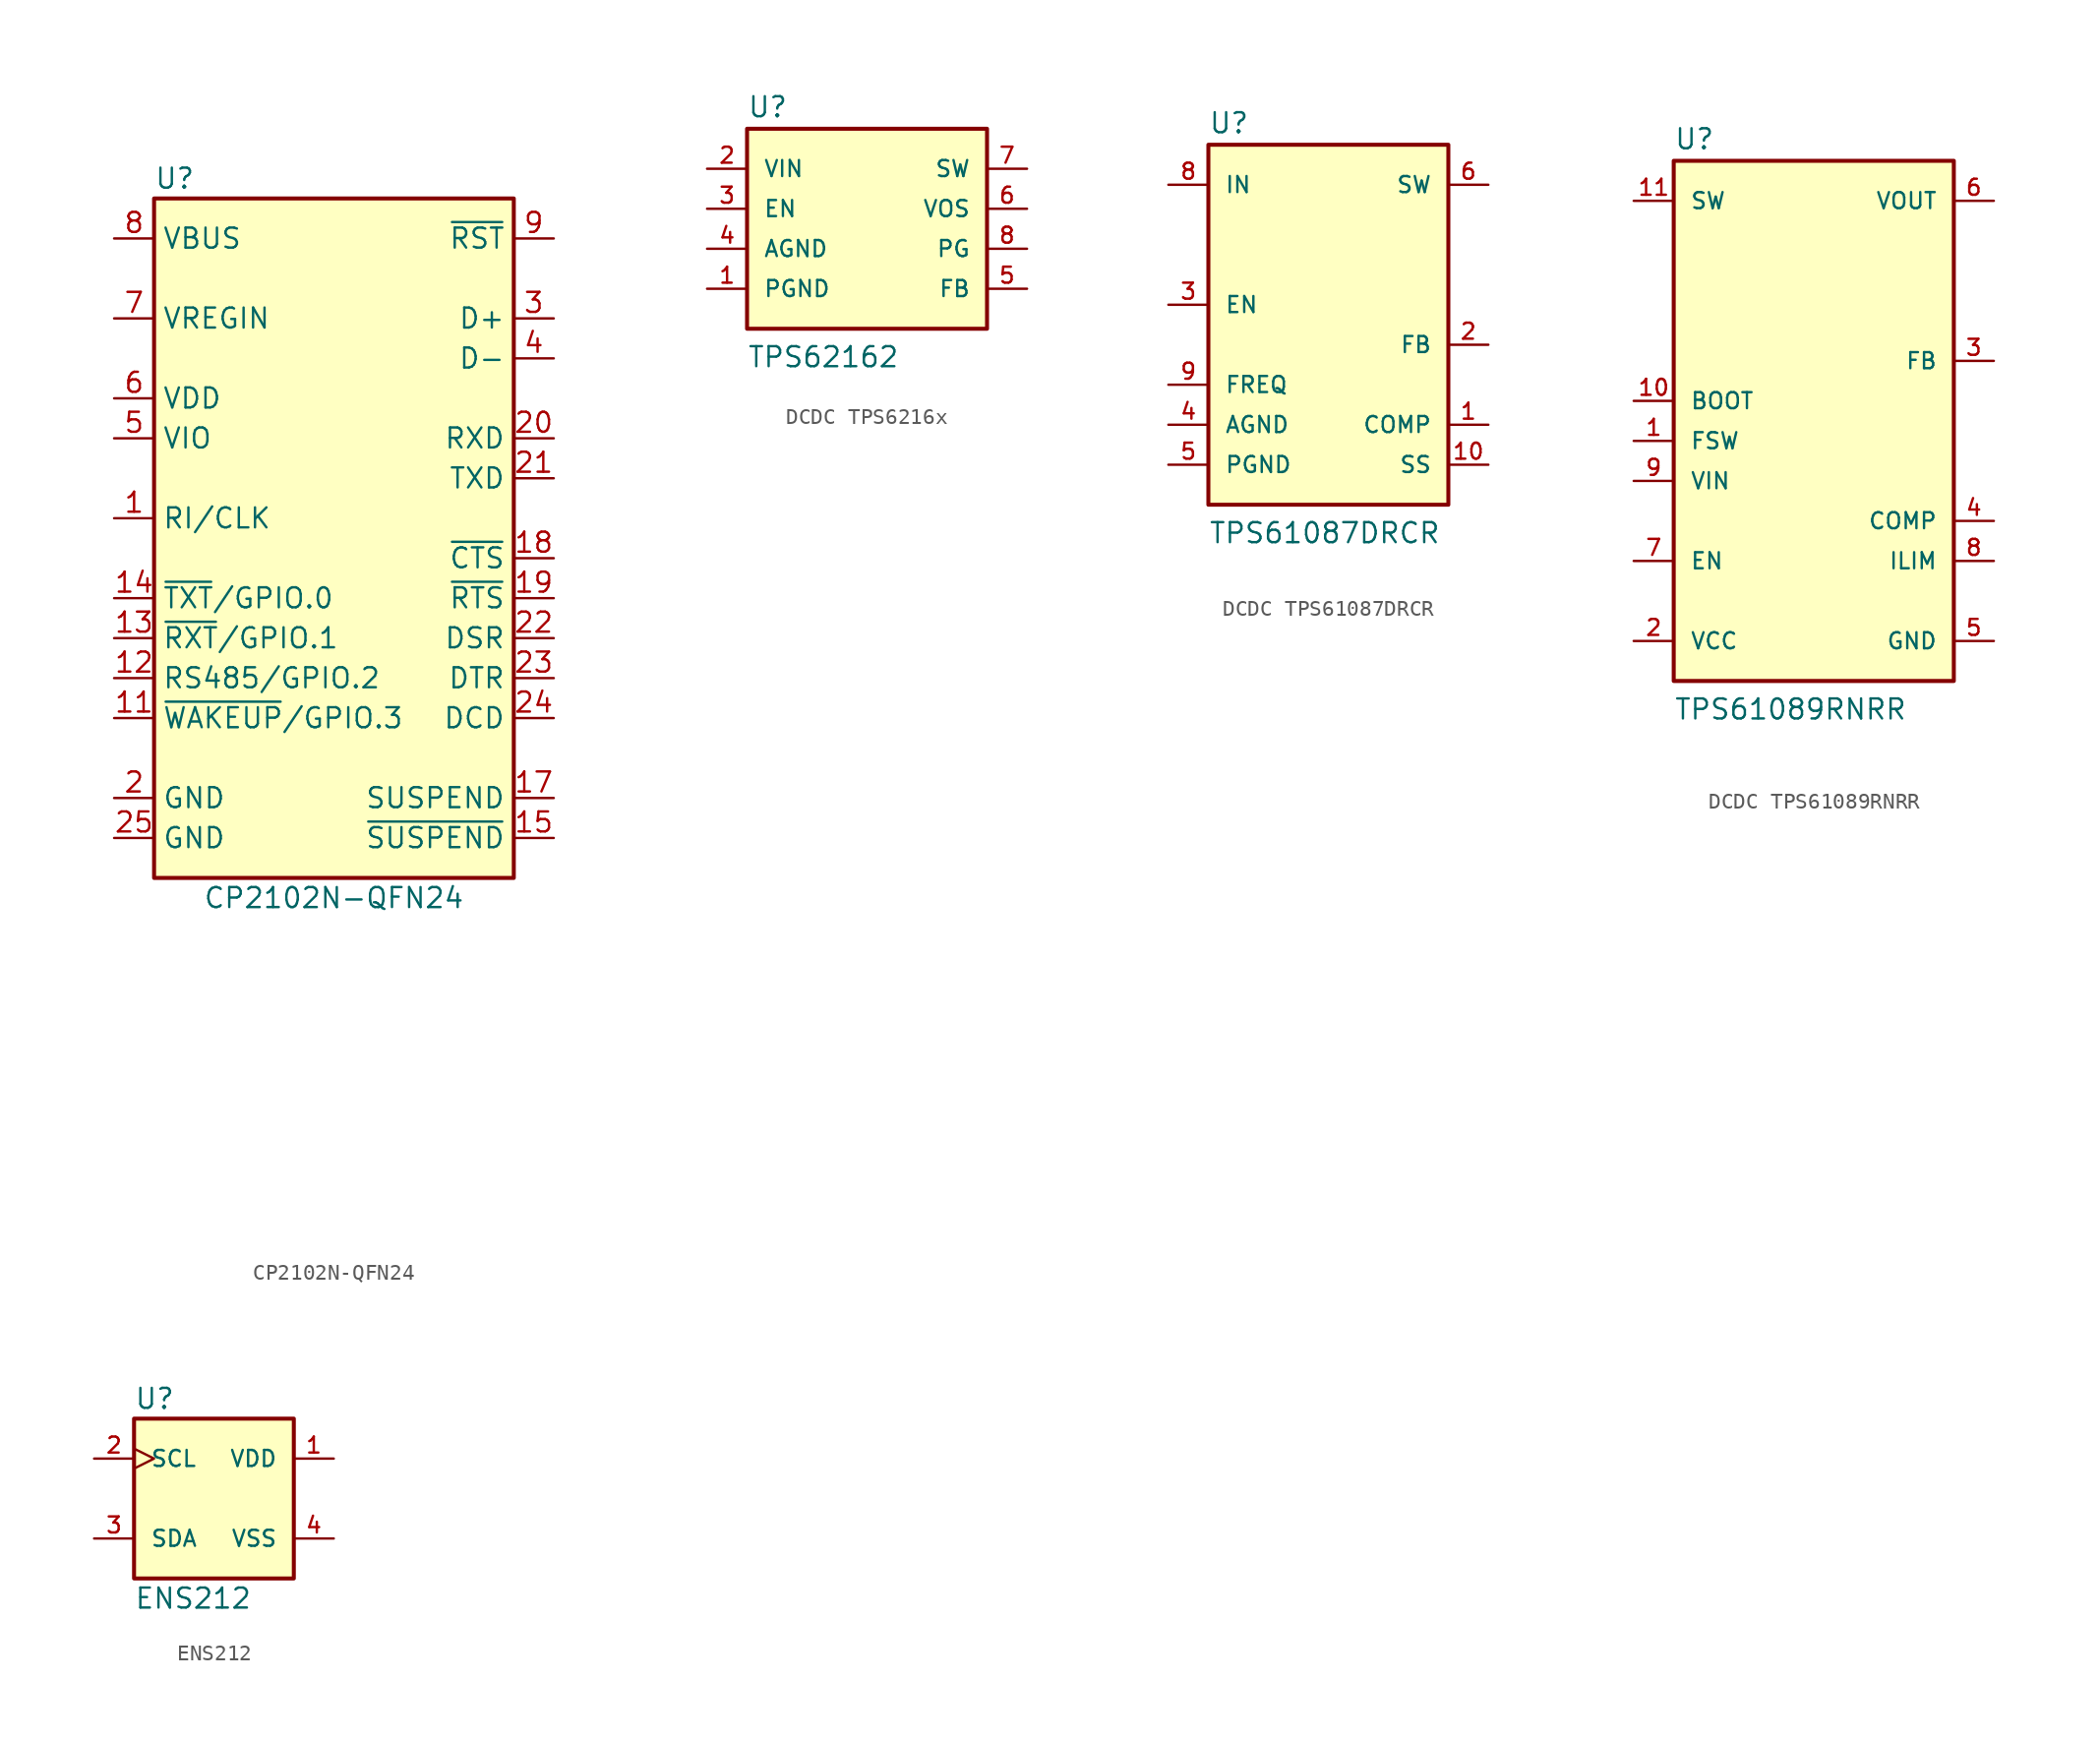
<source format=kicad_sym>
(kicad_symbol_lib
  (version 20241209)
  (generator "kicad_symbol_editor")
  (generator_version "9.0")
  (symbol "CP2102N-QFN24"
    (property "Reference" "U"
      (at -11.43 22.86 0)
      (effects (font (size 1.27 1.27)) (justify left)))
    (property "Value" "CP2102N-QFN24"
      (at 0 -22.86 0)
      (effects (font (size 1.27 1.27))))
    (symbol "CP2102N-QFN24_0_1"
      (rectangle (start -11.43 21.59) (end 11.43 -21.59) (stroke (width 0.254) (type default)) (fill (type background))))
    (symbol "CP2102N-QFN24_1_0"
      (pin power_in line (at -13.97 6.35 0) (length 2.54) (name "VIO" (effects (font (size 1.27 1.27)))) (number "5" (effects (font (size 1.27 1.27)))))
      (pin no_connect line (at 0 -39.37 0) (length 2.54) (hide yes) (name "NC" (effects (font (size 1.27 1.27)))) (number "16" (effects (font (size 1.27 1.27)))))
      (pin input line (at 13.97 -6.35 180) (length 2.54) (name "DSR" (effects (font (size 1.27 1.27)))) (number "22" (effects (font (size 1.27 1.27)))))
      (pin output line (at 13.97 -8.89 180) (length 2.54) (name "DTR" (effects (font (size 1.27 1.27)))) (number "23" (effects (font (size 1.27 1.27)))))
      (pin input line (at 13.97 -11.43 180) (length 2.54) (name "DCD" (effects (font (size 1.27 1.27)))) (number "24" (effects (font (size 1.27 1.27))))))
    (symbol "CP2102N-QFN24_1_1"
      (pin power_in line (at -13.97 19.05 0) (length 2.54) (name "VBUS" (effects (font (size 1.27 1.27)))) (number "8" (effects (font (size 1.27 1.27)))))
      (pin power_in line (at -13.97 13.97 0) (length 2.54) (name "VREGIN" (effects (font (size 1.27 1.27)))) (number "7" (effects (font (size 1.27 1.27)))))
      (pin power_in line (at -13.97 8.89 0) (length 2.54) (name "VDD" (effects (font (size 1.27 1.27)))) (number "6" (effects (font (size 1.27 1.27)))))
      (pin bidirectional line (at -13.97 1.27 0) (length 2.54) (name "RI/CLK" (effects (font (size 1.27 1.27)))) (number "1" (effects (font (size 1.27 1.27)))))
      (pin bidirectional line (at -13.97 -3.81 0) (length 2.54) (name "~{TXT}/GPIO.0" (effects (font (size 1.27 1.27)))) (number "14" (effects (font (size 1.27 1.27)))))
      (pin bidirectional line (at -13.97 -6.35 0) (length 2.54) (name "~{RXT}/GPIO.1" (effects (font (size 1.27 1.27)))) (number "13" (effects (font (size 1.27 1.27)))))
      (pin power_in line (at -13.97 -8.89 0) (length 2.54) (name "RS485/GPIO.2" (effects (font (size 1.27 1.27)))) (number "12" (effects (font (size 1.27 1.27)))))
      (pin input line (at -13.97 -11.43 0) (length 2.54) (name "~{WAKEUP}/GPIO.3" (effects (font (size 1.27 1.27)))) (number "11" (effects (font (size 1.27 1.27)))))
      (pin power_in line (at -13.97 -16.51 0) (length 2.54) (name "GND" (effects (font (size 1.27 1.27)))) (number "2" (effects (font (size 1.27 1.27)))))
      (pin power_in line (at -13.97 -19.05 0) (length 2.54) (name "GND" (effects (font (size 1.27 1.27)))) (number "25" (effects (font (size 1.27 1.27)))))
      (pin no_connect line (at 0 -36.83 0) (length 2.54) (hide yes) (name "NC" (effects (font (size 1.27 1.27)))) (number "10" (effects (font (size 1.27 1.27)))))
      (pin input line (at 13.97 19.05 180) (length 2.54) (name "~{RST}" (effects (font (size 1.27 1.27)))) (number "9" (effects (font (size 1.27 1.27)))))
      (pin bidirectional line (at 13.97 13.97 180) (length 2.54) (name "D+" (effects (font (size 1.27 1.27)))) (number "3" (effects (font (size 1.27 1.27)))))
      (pin bidirectional line (at 13.97 11.43 180) (length 2.54) (name "D-" (effects (font (size 1.27 1.27)))) (number "4" (effects (font (size 1.27 1.27)))))
      (pin input line (at 13.97 6.35 180) (length 2.54) (name "RXD" (effects (font (size 1.27 1.27)))) (number "20" (effects (font (size 1.27 1.27)))))
      (pin output line (at 13.97 3.81 180) (length 2.54) (name "TXD" (effects (font (size 1.27 1.27)))) (number "21" (effects (font (size 1.27 1.27)))))
      (pin input line (at 13.97 -1.27 180) (length 2.54) (name "~{CTS}" (effects (font (size 1.27 1.27)))) (number "18" (effects (font (size 1.27 1.27)))))
      (pin output line (at 13.97 -3.81 180) (length 2.54) (name "~{RTS}" (effects (font (size 1.27 1.27)))) (number "19" (effects (font (size 1.27 1.27)))))
      (pin output line (at 13.97 -16.51 180) (length 2.54) (name "SUSPEND" (effects (font (size 1.27 1.27)))) (number "17" (effects (font (size 1.27 1.27)))))
      (pin output line (at 13.97 -19.05 180) (length 2.54) (name "~{SUSPEND}" (effects (font (size 1.27 1.27)))) (number "15" (effects (font (size 1.27 1.27)))))))
  (symbol "DCDC TPS6216x"
    (pin_names
      (offset 1.016))
    (property "Reference" "U"
      (at -7.62 9.525 0)
      (do_not_autoplace)
      (effects (font (size 1.27 1.27)) (justify left bottom)))
    (property "Value" "TPS62162"
      (at -7.62 -6.35 0)
      (do_not_autoplace)
      (effects (font (size 1.27 1.27)) (justify left bottom)))
    (symbol "DCDC TPS6216x_0_0"
      (rectangle (start -7.62 8.89) (end 7.62 -3.81) (stroke (width 0.254) (type default)) (fill (type background)))
      (pin input line (at -10.16 6.35 0) (length 2.54) (name "VIN" (effects (font (size 1.016 1.016)))) (number "2" (effects (font (size 1.016 1.016)))))
      (pin input line (at -10.16 3.81 0) (length 2.54) (name "EN" (effects (font (size 1.016 1.016)))) (number "3" (effects (font (size 1.016 1.016)))))
      (pin power_in line (at -10.16 1.27 0) (length 2.54) (name "AGND" (effects (font (size 1.016 1.016)))) (number "4" (effects (font (size 1.016 1.016)))))
      (pin power_in line (at -10.16 -1.27 0) (length 2.54) (name "PGND" (effects (font (size 1.016 1.016)))) (number "1" (effects (font (size 1.016 1.016)))))
      (pin passive line (at -10.16 -1.27 0) (length 2.54) (hide yes) (name "EXP" (effects (font (size 1.016 1.016)))) (number "10" (effects (font (size 1.016 1.016)))))
      (pin passive line (at -10.16 -1.27 0) (length 2.54) (hide yes) (name "EXP" (effects (font (size 1.016 1.016)))) (number "11" (effects (font (size 1.016 1.016)))))
      (pin passive line (at -10.16 -1.27 0) (length 2.54) (hide yes) (name "EXP" (effects (font (size 1.016 1.016)))) (number "9" (effects (font (size 1.016 1.016)))))
      (pin power_out line (at 10.16 6.35 180) (length 2.54) (name "SW" (effects (font (size 1.016 1.016)))) (number "7" (effects (font (size 1.016 1.016)))))
      (pin power_out line (at 10.16 3.81 180) (length 2.54) (name "VOS" (effects (font (size 1.016 1.016)))) (number "6" (effects (font (size 1.016 1.016)))))
      (pin output line (at 10.16 1.27 180) (length 2.54) (name "PG" (effects (font (size 1.016 1.016)))) (number "8" (effects (font (size 1.016 1.016)))))
      (pin input line (at 10.16 -1.27 180) (length 2.54) (name "FB" (effects (font (size 1.016 1.016)))) (number "5" (effects (font (size 1.016 1.016)))))))
  (symbol "DCDC TPS61087DRCR"
    (pin_names
      (offset 1.016))
    (property "Reference" "U"
      (at -7.62 12.065 0)
      (do_not_autoplace)
      (effects (font (size 1.27 1.27)) (justify left bottom)))
    (property "Value" "TPS61087DRCR"
      (at -7.62 -13.97 0)
      (do_not_autoplace)
      (effects (font (size 1.27 1.27)) (justify left bottom)))
    (symbol "DCDC TPS61087DRCR_0_0"
      (rectangle (start -7.62 11.43) (end 7.62 -11.43) (stroke (width 0.254) (type default)) (fill (type background)))
      (pin input line (at -10.16 8.89 0) (length 2.54) (name "IN" (effects (font (size 1.016 1.016)))) (number "8" (effects (font (size 1.016 1.016)))))
      (pin input line (at -10.16 1.27 0) (length 2.54) (name "EN" (effects (font (size 1.016 1.016)))) (number "3" (effects (font (size 1.016 1.016)))))
      (pin input line (at -10.16 -3.81 0) (length 2.54) (name "FREQ" (effects (font (size 1.016 1.016)))) (number "9" (effects (font (size 1.016 1.016)))))
      (pin power_in line (at -10.16 -6.35 0) (length 2.54) (hide yes) (name "EXP" (effects (font (size 1.016 1.016)))) (number "11" (effects (font (size 1.016 1.016)))))
      (pin power_in line (at -10.16 -6.35 0) (length 2.54) (name "AGND" (effects (font (size 1.016 1.016)))) (number "4" (effects (font (size 1.016 1.016)))))
      (pin power_in line (at -10.16 -8.89 0) (length 2.54) (name "PGND" (effects (font (size 1.016 1.016)))) (number "5" (effects (font (size 1.016 1.016)))))
      (pin input line (at 10.16 8.89 180) (length 2.54) (name "SW" (effects (font (size 1.016 1.016)))) (number "6" (effects (font (size 1.016 1.016)))))
      (pin input line (at 10.16 8.89 180) (length 2.54) (hide yes) (name "SW" (effects (font (size 1.016 1.016)))) (number "7" (effects (font (size 1.016 1.016)))))
      (pin input line (at 10.16 -1.27 180) (length 2.54) (name "FB" (effects (font (size 1.016 1.016)))) (number "2" (effects (font (size 1.016 1.016)))))
      (pin bidirectional line (at 10.16 -6.35 180) (length 2.54) (name "COMP" (effects (font (size 1.016 1.016)))) (number "1" (effects (font (size 1.016 1.016)))))
      (pin output line (at 10.16 -8.89 180) (length 2.54) (name "SS" (effects (font (size 1.016 1.016)))) (number "10" (effects (font (size 1.016 1.016)))))))
  (symbol "DCDC TPS61089RNRR"
    (pin_names
      (offset 1.016))
    (property "Reference" "U"
      (at -8.89 18.415 0)
      (do_not_autoplace)
      (effects (font (size 1.27 1.27)) (justify left bottom)))
    (property "Value" "TPS61089RNRR"
      (at -8.89 -17.78 0)
      (effects (font (size 1.27 1.27)) (justify left bottom)))
    (symbol "DCDC TPS61089RNRR_0_0"
      (rectangle (start -8.89 17.78) (end 8.89 -15.24) (stroke (width 0.254) (type default)) (fill (type background)))
      (pin output line (at -11.43 15.24 0) (length 2.54) (name "SW" (effects (font (size 1.016 1.016)))) (number "11" (effects (font (size 1.016 1.016)))))
      (pin power_out line (at -11.43 2.54 0) (length 2.54) (name "BOOT" (effects (font (size 1.016 1.016)))) (number "10" (effects (font (size 1.016 1.016)))))
      (pin input line (at -11.43 0 0) (length 2.54) (name "FSW" (effects (font (size 1.016 1.016)))) (number "1" (effects (font (size 1.016 1.016)))))
      (pin power_in line (at -11.43 -2.54 0) (length 2.54) (name "VIN" (effects (font (size 1.016 1.016)))) (number "9" (effects (font (size 1.016 1.016)))))
      (pin input line (at -11.43 -7.62 0) (length 2.54) (name "EN" (effects (font (size 1.016 1.016)))) (number "7" (effects (font (size 1.016 1.016)))))
      (pin power_out line (at -11.43 -12.7 0) (length 2.54) (name "VCC" (effects (font (size 1.016 1.016)))) (number "2" (effects (font (size 1.016 1.016)))))
      (pin power_out line (at 11.43 15.24 180) (length 2.54) (name "VOUT" (effects (font (size 1.016 1.016)))) (number "6" (effects (font (size 1.016 1.016)))))
      (pin input line (at 11.43 5.08 180) (length 2.54) (name "FB" (effects (font (size 1.016 1.016)))) (number "3" (effects (font (size 1.016 1.016)))))
      (pin output line (at 11.43 -5.08 180) (length 2.54) (name "COMP" (effects (font (size 1.016 1.016)))) (number "4" (effects (font (size 1.016 1.016)))))
      (pin output line (at 11.43 -7.62 180) (length 2.54) (name "ILIM" (effects (font (size 1.016 1.016)))) (number "8" (effects (font (size 1.016 1.016)))))
      (pin power_in line (at 11.43 -12.7 180) (length 2.54) (name "GND" (effects (font (size 1.016 1.016)))) (number "5" (effects (font (size 1.016 1.016)))))))
  (symbol "ENS212"
    (pin_names
      (offset 1.016))
    (property "Reference" "U"
      (at -5.08 6.35 0)
      (do_not_autoplace)
      (effects (font (size 1.27 1.27)) (justify left)))
    (property "Value" "ENS212"
      (at -5.08 -6.35 0)
      (do_not_autoplace)
      (effects (font (size 1.27 1.27)) (justify left)))
    (symbol "ENS212_0_0"
      (rectangle (start -5.08 5.08) (end 5.08 -5.08) (stroke (width 0.254) (type default)) (fill (type background)))
      (pin input clock (at -7.62 2.54 0) (length 2.54) (name "SCL" (effects (font (size 1.016 1.016)))) (number "2" (effects (font (size 1.016 1.016)))))
      (pin bidirectional line (at -7.62 -2.54 0) (length 2.54) (name "SDA" (effects (font (size 1.016 1.016)))) (number "3" (effects (font (size 1.016 1.016)))))
      (pin power_in line (at 7.62 2.54 180) (length 2.54) (name "VDD" (effects (font (size 1.016 1.016)))) (number "1" (effects (font (size 1.016 1.016)))))
      (pin power_in line (at 7.62 -2.54 180) (length 2.54) (name "VSS" (effects (font (size 1.016 1.016)))) (number "4" (effects (font (size 1.016 1.016)))))
      (pin power_in line (at 7.62 -2.54 180) (length 2.54) (hide yes) (name "VSS" (effects (font (size 1.016 1.016)))) (number "5" (effects (font (size 1.016 1.016))))))))
</source>
